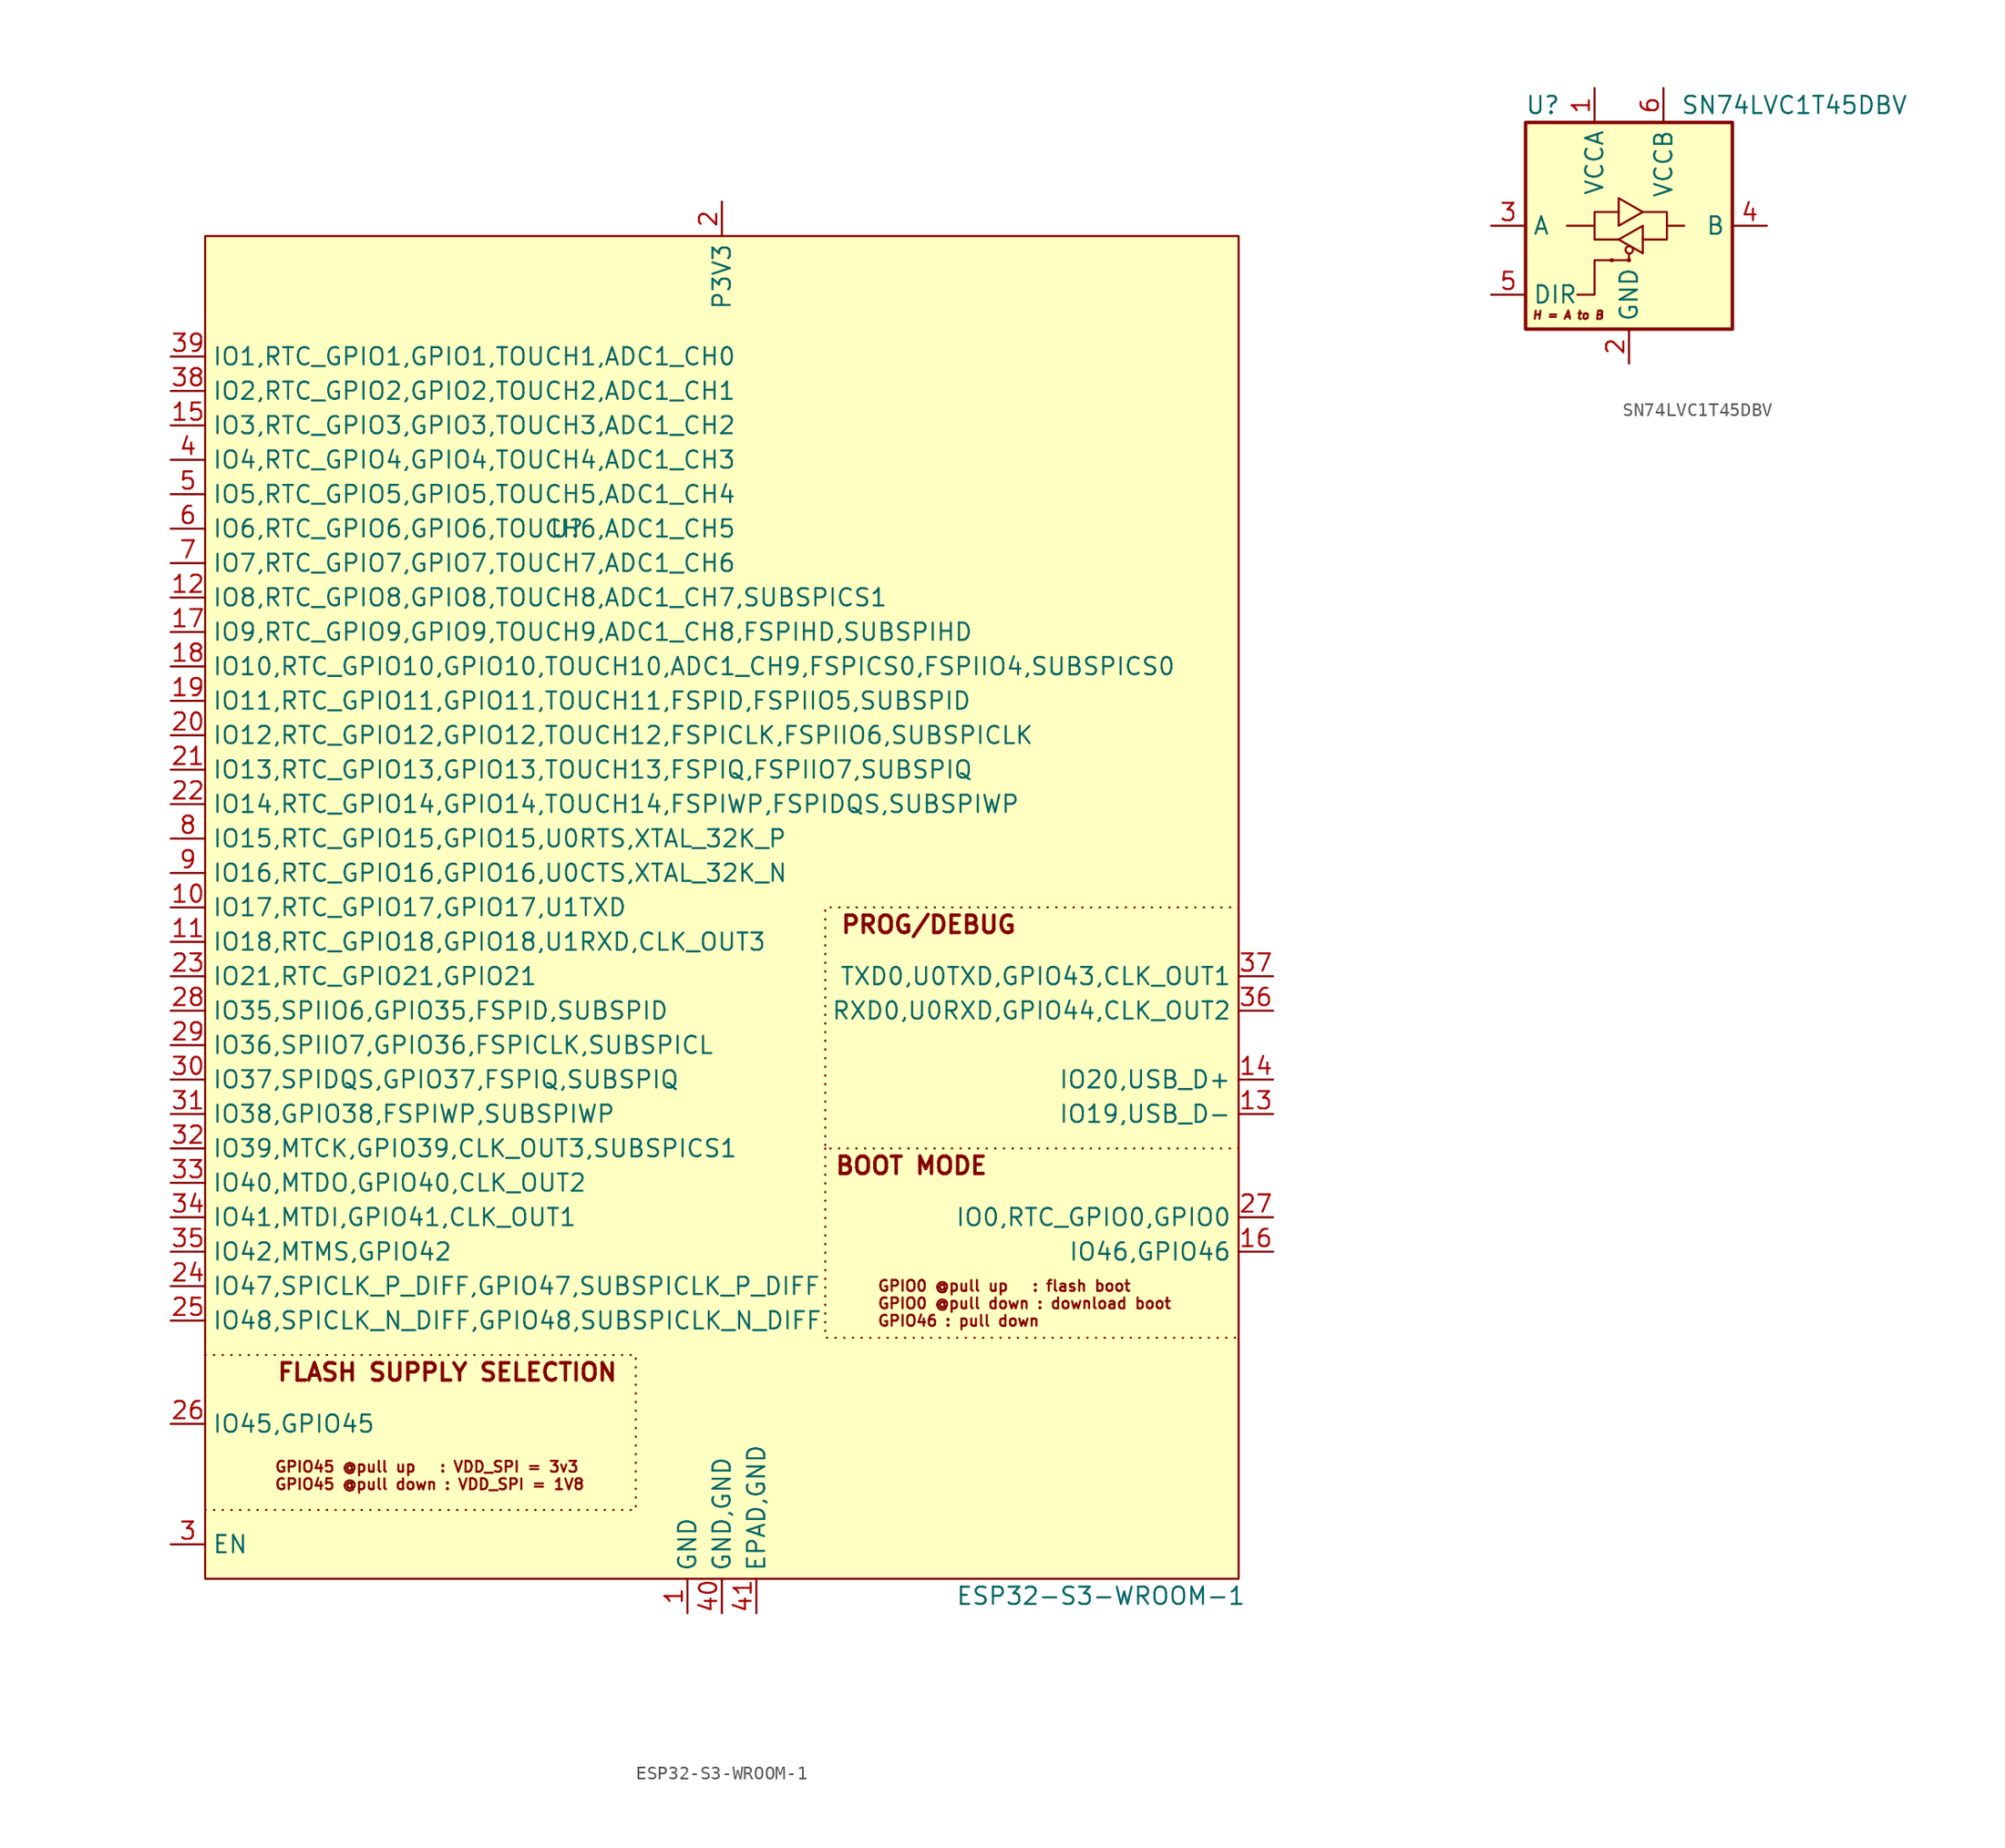
<source format=kicad_sym>
(kicad_symbol_lib
  (version 20220914)
  (generator kicad_symbol_editor)
  (symbol "ESP32-S3-WROOM-1"
    (property "Reference" "U"
      (at -11.43 27.94 0)
      (effects (font (size 1.27 1.27))))
    (property "Value" "ESP32-S3-WROOM-1"
      (at 27.94 -50.8 0)
      (effects (font (size 1.27 1.27))))
    (symbol "ESP32-S3-WROOM-1_1_0"
      (pin bidirectional line (at -40.64 0 0) (length 2.54) (name "IO17,RTC_GPIO17,GPIO17,U1TXD" (effects (font (size 1.27 1.27)))) (number "10" (effects (font (size 1.27 1.27)))))
      (pin bidirectional line (at -40.64 -2.54 0) (length 2.54) (name "IO18,RTC_GPIO18,GPIO18,U1RXD,CLK_OUT3" (effects (font (size 1.27 1.27)))) (number "11" (effects (font (size 1.27 1.27)))))
      (pin bidirectional line (at -40.64 22.86 0) (length 2.54) (name "IO8,RTC_GPIO8,GPIO8,TOUCH8,ADC1_CH7,SUBSPICS1" (effects (font (size 1.27 1.27)))) (number "12" (effects (font (size 1.27 1.27)))))
      (pin bidirectional line (at 40.64 -15.24 180) (length 2.54) (name "IO19,USB_D-" (effects (font (size 1.27 1.27)))) (number "13" (effects (font (size 1.27 1.27)))))
      (pin bidirectional line (at 40.64 -12.7 180) (length 2.54) (name "IO20,USB_D+" (effects (font (size 1.27 1.27)))) (number "14" (effects (font (size 1.27 1.27)))))
      (pin bidirectional line (at -40.64 35.56 0) (length 2.54) (name "IO3,RTC_GPIO3,GPIO3,TOUCH3,ADC1_CH2" (effects (font (size 1.27 1.27)))) (number "15" (effects (font (size 1.27 1.27)))))
      (pin bidirectional line (at 40.64 -25.4 180) (length 2.54) (name "IO46,GPIO46" (effects (font (size 1.27 1.27)))) (number "16" (effects (font (size 1.27 1.27)))))
      (pin bidirectional line (at -40.64 20.32 0) (length 2.54) (name "IO9,RTC_GPIO9,GPIO9,TOUCH9,ADC1_CH8,FSPIHD,SUBSPIHD" (effects (font (size 1.27 1.27)))) (number "17" (effects (font (size 1.27 1.27)))))
      (pin bidirectional line (at -40.64 17.78 0) (length 2.54) (name "IO10,RTC_GPIO10,GPIO10,TOUCH10,ADC1_CH9,FSPICS0,FSPIIO4,SUBSPICS0" (effects (font (size 1.27 1.27)))) (number "18" (effects (font (size 1.27 1.27)))))
      (pin bidirectional line (at -40.64 15.24 0) (length 2.54) (name "IO11,RTC_GPIO11,GPIO11,TOUCH11,FSPID,FSPIIO5,SUBSPID" (effects (font (size 1.27 1.27)))) (number "19" (effects (font (size 1.27 1.27)))))
      (pin bidirectional line (at -40.64 12.7 0) (length 2.54) (name "IO12,RTC_GPIO12,GPIO12,TOUCH12,FSPICLK,FSPIIO6,SUBSPICLK" (effects (font (size 1.27 1.27)))) (number "20" (effects (font (size 1.27 1.27)))))
      (pin bidirectional line (at -40.64 10.16 0) (length 2.54) (name "IO13,RTC_GPIO13,GPIO13,TOUCH13,FSPIQ,FSPIIO7,SUBSPIQ" (effects (font (size 1.27 1.27)))) (number "21" (effects (font (size 1.27 1.27)))))
      (pin bidirectional line (at -40.64 7.62 0) (length 2.54) (name "IO14,RTC_GPIO14,GPIO14,TOUCH14,FSPIWP,FSPIDQS,SUBSPIWP" (effects (font (size 1.27 1.27)))) (number "22" (effects (font (size 1.27 1.27)))))
      (pin bidirectional line (at -40.64 -5.08 0) (length 2.54) (name "IO21,RTC_GPIO21,GPIO21" (effects (font (size 1.27 1.27)))) (number "23" (effects (font (size 1.27 1.27)))))
      (pin bidirectional line (at -40.64 -27.94 0) (length 2.54) (name "IO47,SPICLK_P_DIFF,GPIO47,SUBSPICLK_P_DIFF" (effects (font (size 1.27 1.27)))) (number "24" (effects (font (size 1.27 1.27)))))
      (pin bidirectional line (at -40.64 -30.48 0) (length 2.54) (name "IO48,SPICLK_N_DIFF,GPIO48,SUBSPICLK_N_DIFF" (effects (font (size 1.27 1.27)))) (number "25" (effects (font (size 1.27 1.27)))))
      (pin bidirectional line (at -40.64 -38.1 0) (length 2.54) (name "IO45,GPIO45" (effects (font (size 1.27 1.27)))) (number "26" (effects (font (size 1.27 1.27)))))
      (pin bidirectional line (at 40.64 -22.86 180) (length 2.54) (name "IO0,RTC_GPIO0,GPIO0" (effects (font (size 1.27 1.27)))) (number "27" (effects (font (size 1.27 1.27)))))
      (pin bidirectional line (at -40.64 -7.62 0) (length 2.54) (name "IO35,SPIIO6,GPIO35,FSPID,SUBSPID" (effects (font (size 1.27 1.27)))) (number "28" (effects (font (size 1.27 1.27)))))
      (pin bidirectional line (at -40.64 -10.16 0) (length 2.54) (name "IO36,SPIIO7,GPIO36,FSPICLK,SUBSPICL" (effects (font (size 1.27 1.27)))) (number "29" (effects (font (size 1.27 1.27)))))
      (pin input line (at -40.64 -46.99 0) (length 2.54) (name "EN" (effects (font (size 1.27 1.27)))) (number "3" (effects (font (size 1.27 1.27)))))
      (pin bidirectional line (at -40.64 -12.7 0) (length 2.54) (name "IO37,SPIDQS,GPIO37,FSPIQ,SUBSPIQ" (effects (font (size 1.27 1.27)))) (number "30" (effects (font (size 1.27 1.27)))))
      (pin bidirectional line (at -40.64 -15.24 0) (length 2.54) (name "IO38,GPIO38,FSPIWP,SUBSPIWP" (effects (font (size 1.27 1.27)))) (number "31" (effects (font (size 1.27 1.27)))))
      (pin bidirectional line (at -40.64 -17.78 0) (length 2.54) (name "IO39,MTCK,GPIO39,CLK_OUT3,SUBSPICS1" (effects (font (size 1.27 1.27)))) (number "32" (effects (font (size 1.27 1.27)))))
      (pin bidirectional line (at -40.64 -20.32 0) (length 2.54) (name "IO40,MTDO,GPIO40,CLK_OUT2" (effects (font (size 1.27 1.27)))) (number "33" (effects (font (size 1.27 1.27)))))
      (pin bidirectional line (at -40.64 -22.86 0) (length 2.54) (name "IO41,MTDI,GPIO41,CLK_OUT1" (effects (font (size 1.27 1.27)))) (number "34" (effects (font (size 1.27 1.27)))))
      (pin bidirectional line (at -40.64 -25.4 0) (length 2.54) (name "IO42,MTMS,GPIO42" (effects (font (size 1.27 1.27)))) (number "35" (effects (font (size 1.27 1.27)))))
      (pin bidirectional line (at 40.64 -7.62 180) (length 2.54) (name "RXD0,U0RXD,GPIO44,CLK_OUT2" (effects (font (size 1.27 1.27)))) (number "36" (effects (font (size 1.27 1.27)))))
      (pin bidirectional line (at 40.64 -5.08 180) (length 2.54) (name "TXD0,U0TXD,GPIO43,CLK_OUT1" (effects (font (size 1.27 1.27)))) (number "37" (effects (font (size 1.27 1.27)))))
      (pin bidirectional line (at -40.64 38.1 0) (length 2.54) (name "IO2,RTC_GPIO2,GPIO2,TOUCH2,ADC1_CH1" (effects (font (size 1.27 1.27)))) (number "38" (effects (font (size 1.27 1.27)))))
      (pin bidirectional line (at -40.64 40.64 0) (length 2.54) (name "IO1,RTC_GPIO1,GPIO1,TOUCH1,ADC1_CH0" (effects (font (size 1.27 1.27)))) (number "39" (effects (font (size 1.27 1.27)))))
      (pin bidirectional line (at -40.64 33.02 0) (length 2.54) (name "IO4,RTC_GPIO4,GPIO4,TOUCH4,ADC1_CH3" (effects (font (size 1.27 1.27)))) (number "4" (effects (font (size 1.27 1.27)))))
      (pin passive line (at 0 -52.07 90) (length 2.54) (name "GND,GND" (effects (font (size 1.27 1.27)))) (number "40" (effects (font (size 1.27 1.27)))))
      (pin passive line (at 2.54 -52.07 90) (length 2.54) (name "EPAD,GND" (effects (font (size 1.27 1.27)))) (number "41" (effects (font (size 1.27 1.27)))))
      (pin bidirectional line (at -40.64 30.48 0) (length 2.54) (name "IO5,RTC_GPIO5,GPIO5,TOUCH5,ADC1_CH4" (effects (font (size 1.27 1.27)))) (number "5" (effects (font (size 1.27 1.27)))))
      (pin bidirectional line (at -40.64 27.94 0) (length 2.54) (name "IO6,RTC_GPIO6,GPIO6,TOUCH6,ADC1_CH5" (effects (font (size 1.27 1.27)))) (number "6" (effects (font (size 1.27 1.27)))))
      (pin bidirectional line (at -40.64 25.4 0) (length 2.54) (name "IO7,RTC_GPIO7,GPIO7,TOUCH7,ADC1_CH6" (effects (font (size 1.27 1.27)))) (number "7" (effects (font (size 1.27 1.27)))))
      (pin bidirectional line (at -40.64 5.08 0) (length 2.54) (name "IO15,RTC_GPIO15,GPIO15,U0RTS,XTAL_32K_P" (effects (font (size 1.27 1.27)))) (number "8" (effects (font (size 1.27 1.27)))))
      (pin bidirectional line (at -40.64 2.54 0) (length 2.54) (name "IO16,RTC_GPIO16,GPIO16,U0CTS,XTAL_32K_N" (effects (font (size 1.27 1.27)))) (number "9" (effects (font (size 1.27 1.27))))))
    (symbol "ESP32-S3-WROOM-1_1_1"
      (rectangle (start -38.1 49.53) (end 38.1 -49.53) (stroke (width 0) (type default)) (fill (type background)))
      (polyline (pts (xy 7.62 -17.78) (xy 7.62 -31.75) (xy 38.1 -31.75)) (stroke (width 0) (type dot)) (fill (type none)))
      (polyline (pts (xy -38.1 -33.02) (xy -6.35 -33.02) (xy -6.35 -44.45) (xy -38.1 -44.45)) (stroke (width 0) (type dot)) (fill (type none)))
      (polyline (pts (xy 38.1 -17.78) (xy 7.62 -17.78) (xy 7.62 0) (xy 7.62 0) (xy 38.1 0)) (stroke (width 0) (type dot)) (fill (type none)))
      (text "BOOT MODE" (at 13.97 -19.05 0) (effects (font (size 1.27 1.27) bold)))
      (text "FLASH SUPPLY SELECTION" (at -7.62 -34.29 0) (effects (font (size 1.27 1.27) bold) (justify right)))
      (text "GPIO0 @pull up   : flash boot\nGPIO0 @pull down : download boot\nGPIO46 : pull down" (at 11.43 -29.21 0) (effects (font (size 0.8 0.8)) (justify left)))
      (text "GPIO45 @pull up   : VDD_SPI = 3v3\nGPIO45 @pull down : VDD_SPI = 1V8" (at -33.02 -41.91 0) (effects (font (size 0.8 0.8)) (justify left)))
      (text "PROG/DEBUG" (at 15.24 -1.27 0) (effects (font (size 1.27 1.27) bold)))
      (pin passive line (at -2.54 -52.07 90) (length 2.54) (name "GND" (effects (font (size 1.27 1.27)))) (number "1" (effects (font (size 1.27 1.27)))))
      (pin power_in line (at 0 52.07 270) (length 2.54) (name "P3V3" (effects (font (size 1.27 1.27)))) (number "2" (effects (font (size 1.27 1.27)))))))
  (symbol "SN74LVC1T45DBV"
    (property "Reference" "U"
      (at -6.35 8.89 0)
      (effects (font (size 1.27 1.27))))
    (property "Value" "SN74LVC1T45DBV"
      (at 3.81 8.89 0)
      (effects (font (size 1.27 1.27)) (justify left)))
    (symbol "SN74LVC1T45DBV_0_1"
      (rectangle (start -7.62 7.62) (end 7.62 -7.62) (stroke (width 0.254) (type default)) (fill (type background)))
      (circle (center -1.27 -2.54) (radius 0.0001) (stroke (width 0) (type default)) (fill (type none)))
      (circle (center 0 -2.54) (radius 0.0001) (stroke (width 0) (type default)) (fill (type none)))
      (polyline (pts (xy -1.27 -2.54) (xy -1.27 -2.54)) (stroke (width 0) (type default)) (fill (type none)))
      (polyline (pts (xy -2.54 0) (xy -2.54 1.016) (xy -0.762 1.016)) (stroke (width 0) (type default)) (fill (type none)))
      (polyline (pts (xy 2.794 0) (xy 2.794 -1.016) (xy 1.016 -1.016)) (stroke (width 0) (type default)) (fill (type none)))
      (polyline (pts (xy -0.762 -1.016) (xy -2.54 -1.016) (xy -2.54 0) (xy -4.572 0)) (stroke (width 0) (type default)) (fill (type none)))
      (polyline (pts (xy -0.762 0) (xy -0.762 2.032) (xy 1.016 1.016) (xy -0.762 0)) (stroke (width 0) (type default)) (fill (type none)))
      (polyline (pts (xy 1.016 1.016) (xy 2.794 1.016) (xy 2.794 0) (xy 4.064 0)) (stroke (width 0) (type default)) (fill (type none)))
      (polyline (pts (xy 1.016 0) (xy 1.016 -1.778) (xy 1.016 -2.032) (xy -0.762 -1.016) (xy 1.016 0)) (stroke (width 0) (type default)) (fill (type none)))
      (polyline (pts (xy -3.81 -5.08) (xy -2.54 -5.08) (xy -2.54 -2.54) (xy 0 -2.54) (xy 0 -2.058) (xy 0 -2.54)) (stroke (width 0) (type default)) (fill (type none)))
      (circle (center 0.019 -1.778) (radius 0.271) (stroke (width 0) (type default)) (fill (type none))))
    (symbol "SN74LVC1T45DBV_1_1"
      (text "H = A to B" (at -4.485 -6.591 0) (effects (font (size 0.6 0.6) italic)))
      (pin power_in line (at -2.54 10.16 270) (length 2.54) (name "VCCA" (effects (font (size 1.27 1.27)))) (number "1" (effects (font (size 1.27 1.27)))))
      (pin power_in line (at 0 -10.16 90) (length 2.54) (name "GND" (effects (font (size 1.27 1.27)))) (number "2" (effects (font (size 1.27 1.27)))))
      (pin bidirectional line (at -10.16 0 0) (length 2.54) (name "A" (effects (font (size 1.27 1.27)))) (number "3" (effects (font (size 1.27 1.27)))))
      (pin bidirectional line (at 10.16 0 180) (length 2.54) (name "B" (effects (font (size 1.27 1.27)))) (number "4" (effects (font (size 1.27 1.27)))))
      (pin input line (at -10.16 -5.08 0) (length 2.54) (name "DIR" (effects (font (size 1.27 1.27)))) (number "5" (effects (font (size 1.27 1.27)))))
      (pin power_in line (at 2.54 10.16 270) (length 2.54) (name "VCCB" (effects (font (size 1.27 1.27)))) (number "6" (effects (font (size 1.27 1.27))))))))
</source>
